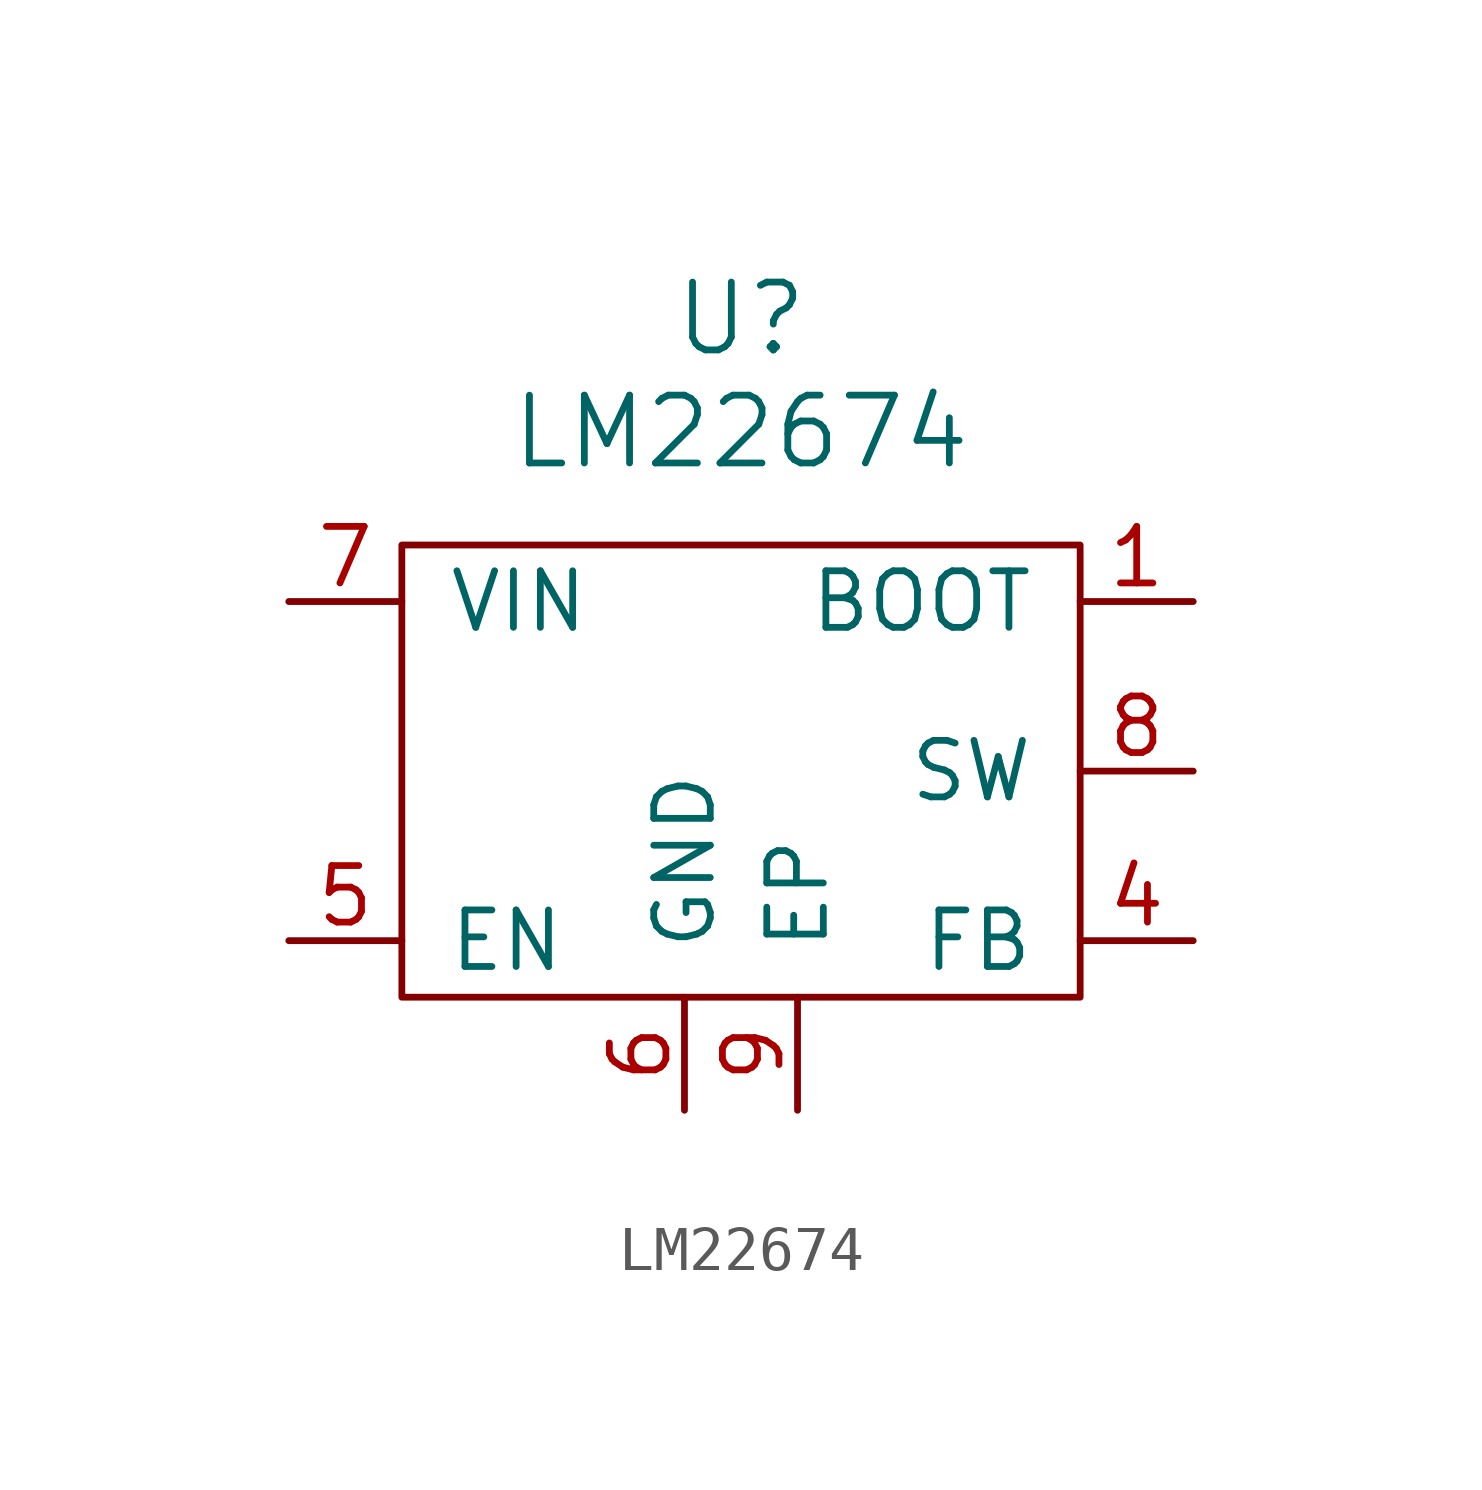
<source format=kicad_sym>
(kicad_symbol_lib
  (version 20220914)
  (generator kicad_symbol_editor)
  (symbol "LM22674"
    (pin_names
      (offset 1.016))
    (property "Reference" "U"
      (at 0 10.16 0)
      (effects (font (size 1.524 1.524))))
    (property "Value" "LM22674"
      (at 0 7.62 0)
      (effects (font (size 1.524 1.524))))
    (property "Footprint" ""
      (at 0 0 0)
      (effects (font (size 1.524 1.524))))
    (property "Datasheet" ""
      (at 0 0 0)
      (effects (font (size 1.524 1.524))))
    (symbol "LM22674_0_1"
      (rectangle (start -7.62 5.08) (end 7.62 -5.08) (stroke (width 0) (type solid)) (fill (type none))))
    (symbol "LM22674_1_1"
      (pin passive line (at 10.16 3.81 180) (length 2.54) (name "BOOT" (effects (font (size 1.27 1.27)))) (number "1" (effects (font (size 1.27 1.27)))))
      (pin passive line (at 10.16 -3.81 180) (length 2.54) (name "FB" (effects (font (size 1.27 1.27)))) (number "4" (effects (font (size 1.27 1.27)))))
      (pin passive line (at -10.16 -3.81 0) (length 2.54) (name "EN" (effects (font (size 1.27 1.27)))) (number "5" (effects (font (size 1.27 1.27)))))
      (pin passive line (at -1.27 -7.62 90) (length 2.54) (name "GND" (effects (font (size 1.27 1.27)))) (number "6" (effects (font (size 1.27 1.27)))))
      (pin passive line (at -10.16 3.81 0) (length 2.54) (name "VIN" (effects (font (size 1.27 1.27)))) (number "7" (effects (font (size 1.27 1.27)))))
      (pin passive line (at 10.16 0 180) (length 2.54) (name "SW" (effects (font (size 1.27 1.27)))) (number "8" (effects (font (size 1.27 1.27)))))
      (pin passive line (at 1.27 -7.62 90) (length 2.54) (name "EP" (effects (font (size 1.27 1.27)))) (number "9" (effects (font (size 1.27 1.27))))))))
</source>
